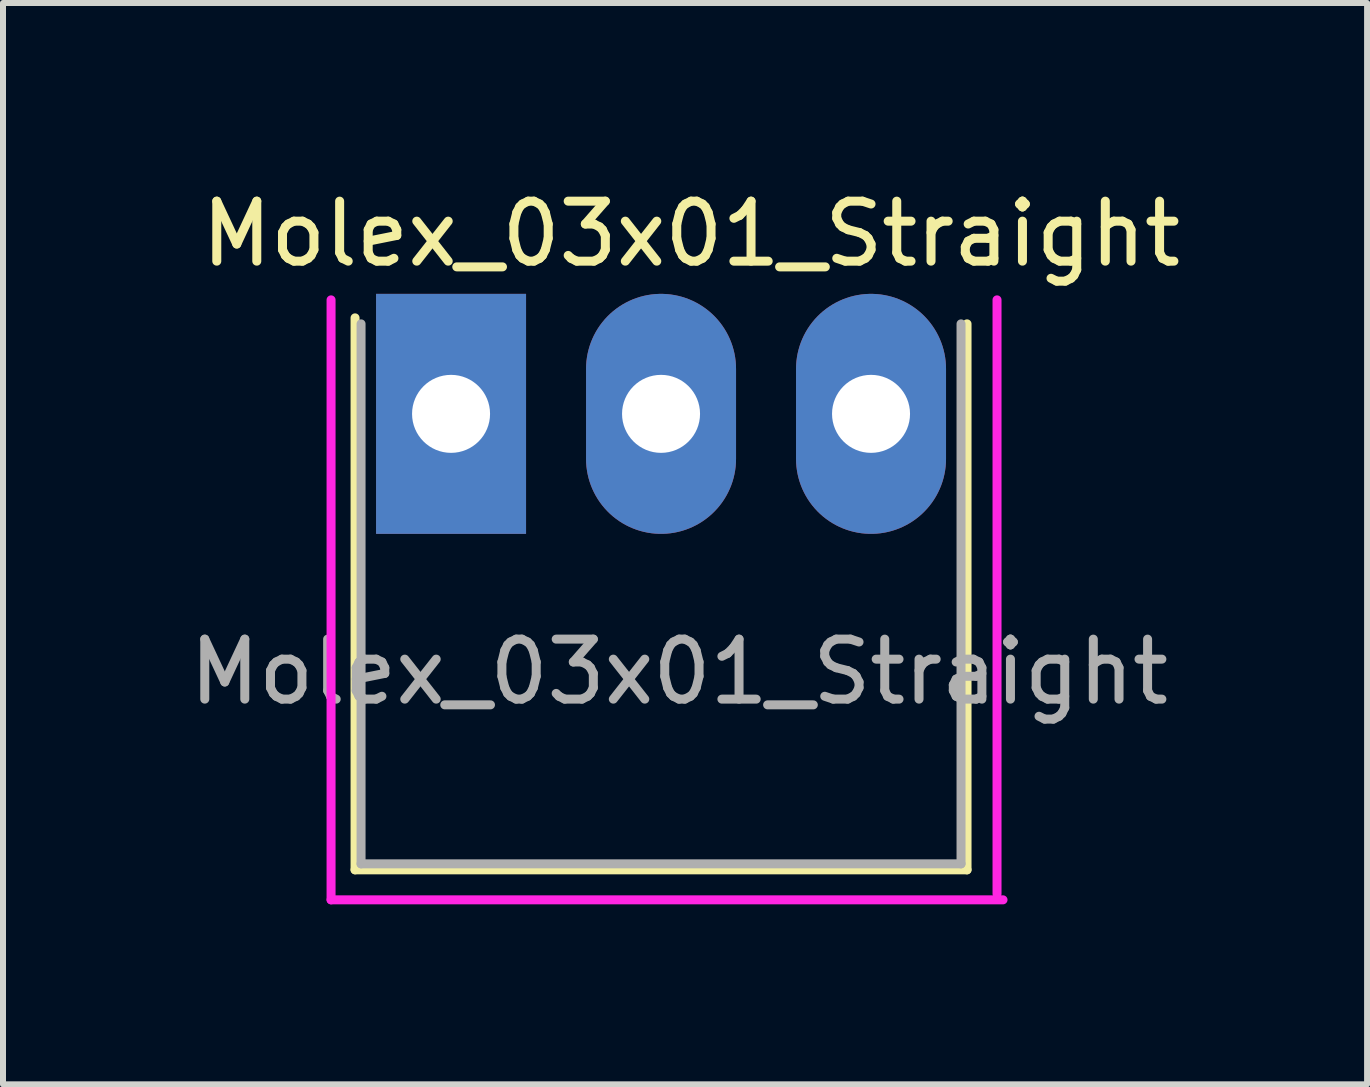
<source format=kicad_pcb>
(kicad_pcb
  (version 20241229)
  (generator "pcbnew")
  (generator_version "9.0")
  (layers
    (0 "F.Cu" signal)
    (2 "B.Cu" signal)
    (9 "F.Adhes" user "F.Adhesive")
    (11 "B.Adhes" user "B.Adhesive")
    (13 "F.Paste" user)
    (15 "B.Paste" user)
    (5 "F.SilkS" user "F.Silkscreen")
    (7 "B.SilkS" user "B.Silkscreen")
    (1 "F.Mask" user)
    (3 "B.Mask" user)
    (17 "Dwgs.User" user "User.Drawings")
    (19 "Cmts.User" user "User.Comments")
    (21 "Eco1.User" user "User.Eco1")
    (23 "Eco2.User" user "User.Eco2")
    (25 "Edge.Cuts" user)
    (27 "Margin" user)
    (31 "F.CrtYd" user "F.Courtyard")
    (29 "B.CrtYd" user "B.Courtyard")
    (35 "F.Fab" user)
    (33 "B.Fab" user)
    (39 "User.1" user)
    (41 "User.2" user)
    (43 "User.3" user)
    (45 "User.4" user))
  (footprint "Molex_03x01_Straight"
    (layer "F.Cu")
    (at 7.468 6.848)
    (property "Reference" "Molex_03x01_Straight" (at 1 -6 0) (layer "F.SilkS") (effects (font (size 1 1) (thickness 0.15))))
    (attr through_hole)
    (fp_line (start -4.6 4.6) (end -4.6 -4.6) (stroke (width 0.15) (type solid)) (layer "F.SilkS"))
    (fp_line (start 5.6 -4.5) (end 5.6 4.6) (stroke (width 0.15) (type solid)) (layer "F.SilkS"))
    (fp_line (start 5.6 4.6) (end -4.6 4.6) (stroke (width 0.15) (type solid)) (layer "F.SilkS"))
    (fp_line (start -5 5.1) (end -5 -4.9) (stroke (width 0.15) (type solid)) (layer "F.CrtYd"))
    (fp_line (start 6.1 -4.9) (end 6.1 5) (stroke (width 0.15) (type solid)) (layer "F.CrtYd"))
    (fp_line (start 6.2 5.1) (end -5 5.1) (stroke (width 0.15) (type solid)) (layer "F.CrtYd"))
    (fp_line (start -4.5 -4.5) (end -4.5 4.5) (stroke (width 0.15) (type solid)) (layer "F.Fab"))
    (fp_line (start -4.5 4.5) (end 5.5 4.5) (stroke (width 0.15) (type solid)) (layer "F.Fab"))
    (fp_line (start 5.5 4.5) (end 5.5 -4.5) (stroke (width 0.15) (type solid)) (layer "F.Fab"))
    (fp_text user "${REFERENCE}" (at 0.8 1.3 0) (layer "F.Fab") (effects (font (size 1 1) (thickness 0.15))))
    (pad "1" thru_hole rect (at -3 -3) (size 2.5 4) (drill 1.3) (layers "*.Cu" "*.Mask"))
    (pad "2" thru_hole oval (at 0.5 -3) (size 2.5 4) (drill 1.3) (layers "*.Cu" "*.Mask"))
    (pad "3" thru_hole oval (at 4 -3) (size 2.5 4) (drill 1.3) (layers "*.Cu" "*.Mask")))
  (gr_rect
    (start -3 -3)
    (end 19.736 15.023)
    (stroke (width 0.1) (type default))
    (fill no)
    (layer "Edge.Cuts")))
</source>
